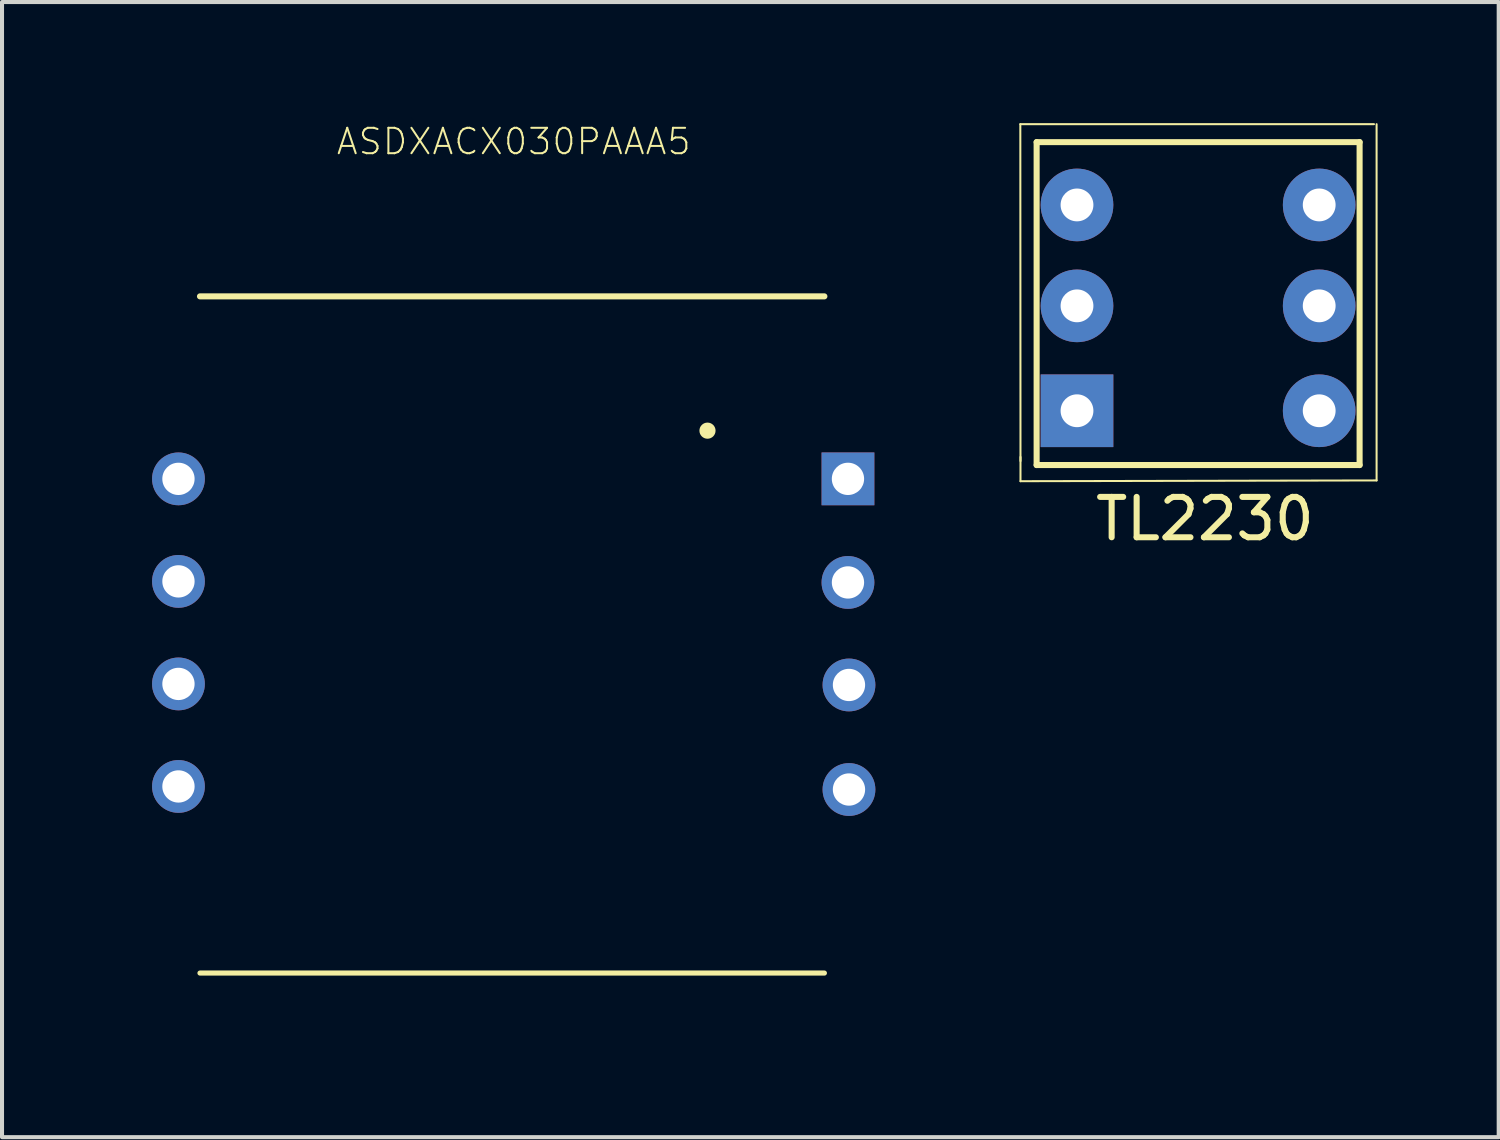
<source format=kicad_pcb>
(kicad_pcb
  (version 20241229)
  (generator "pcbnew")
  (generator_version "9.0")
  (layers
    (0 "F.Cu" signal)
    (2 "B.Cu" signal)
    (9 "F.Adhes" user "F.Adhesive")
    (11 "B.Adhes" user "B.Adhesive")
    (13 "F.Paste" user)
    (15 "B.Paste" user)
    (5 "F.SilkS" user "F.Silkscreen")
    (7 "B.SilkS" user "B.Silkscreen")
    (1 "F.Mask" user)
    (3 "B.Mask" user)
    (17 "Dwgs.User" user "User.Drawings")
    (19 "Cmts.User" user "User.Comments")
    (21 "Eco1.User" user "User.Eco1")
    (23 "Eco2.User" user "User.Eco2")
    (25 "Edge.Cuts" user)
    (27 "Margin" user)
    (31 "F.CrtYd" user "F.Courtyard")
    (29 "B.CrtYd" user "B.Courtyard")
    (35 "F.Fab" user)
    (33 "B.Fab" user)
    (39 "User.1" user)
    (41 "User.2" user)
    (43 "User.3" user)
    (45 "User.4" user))
  (footprint "ASDXACX030PAAA5"
    (layer "F.Cu")
    (at 9.702 12.293)
    (property "Reference" "ASDXACX030PAAA5" (at -0.025 -11.836 0) (layer "F.SilkS") (effects (font (size 0.63 0.63) (thickness 0.05))))
    (attr through_hole)
    (fp_line (start -7.798 -8.001) (end 7.671 -8.001) (stroke (width 0.15) (type solid)) (layer "F.SilkS"))
    (fp_line (start 7.671 8.763) (end -7.798 8.763) (stroke (width 0.127) (type solid)) (layer "F.SilkS"))
    (fp_circle (center 4.775 -4.674) (end 4.875 -4.674) (stroke (width 0.2) (type solid)) (fill no) (layer "F.SilkS"))
    (fp_line (start -9.677 -9.068) (end -9.677 9.804) (stroke (width 0.05) (type solid)) (layer "Eco1.User"))
    (fp_line (start -9.652 9.804) (end 9.449 9.804) (stroke (width 0.05) (type solid)) (layer "Eco1.User"))
    (fp_line (start 9.449 -9.068) (end -9.677 -9.068) (stroke (width 0.05) (type solid)) (layer "Eco1.User"))
    (fp_line (start 9.474 9.804) (end 9.474 -9.068) (stroke (width 0.05) (type solid)) (layer "Eco1.User"))
    (fp_line (start -7.798 8.763) (end -7.798 -8.001) (stroke (width 0.127) (type solid)) (layer "Eco2.User"))
    (fp_line (start 7.671 -8.001) (end 7.671 8.712) (stroke (width 0.127) (type solid)) (layer "Eco2.User"))
    (fp_circle (center 6.121 -4.166) (end 6.507 -4.166) (stroke (width 0.127) (type solid)) (fill no) (layer "Eco2.User"))
    (pad "1" thru_hole rect (at 8.255 -3.48) (size 1.308 1.308) (drill 0.8) (layers "*.Cu" "*.Mask"))
    (pad "2" thru_hole circle (at 8.255 -0.914) (size 1.308 1.308) (drill 0.8) (layers "*.Cu" "*.Mask"))
    (pad "3" thru_hole circle (at 8.28 1.626) (size 1.308 1.308) (drill 0.8) (layers "*.Cu" "*.Mask"))
    (pad "4" thru_hole circle (at 8.28 4.216) (size 1.308 1.308) (drill 0.8) (layers "*.Cu" "*.Mask"))
    (pad "5" thru_hole oval (at -8.331 -3.48) (size 1.308 1.308) (drill 0.8) (layers "*.Cu" "*.Mask"))
    (pad "6" thru_hole circle (at -8.331 -0.94) (size 1.308 1.308) (drill 0.8) (layers "*.Cu" "*.Mask"))
    (pad "7" thru_hole circle (at -8.331 1.6) (size 1.308 1.308) (drill 0.8) (layers "*.Cu" "*.Mask"))
    (pad "8" thru_hole circle (at -8.331 4.14) (size 1.308 1.308) (drill 0.8) (layers "*.Cu" "*.Mask")))
  (footprint "TL2230"
    (layer "F.Cu")
    (at 26.608 4.534)
    (property "Reference" "TL2230" (at 0.191 5.271 0) (layer "F.SilkS") (effects (font (size 1 1) (thickness 0.15))))
    (attr through_hole)
    (fp_line (start -4.381 -4.508) (end -4.377 3.837) (stroke (width 0.05) (type solid)) (layer "F.SilkS"))
    (fp_line (start -4.377 3.737) (end -4.377 4.337) (stroke (width 0.05) (type solid)) (layer "F.SilkS"))
    (fp_line (start -4.377 4.337) (end 4.445 4.318) (stroke (width 0.05) (type solid)) (layer "F.SilkS"))
    (fp_line (start -3.977 3.937) (end -3.977 -4.063) (stroke (width 0.15) (type solid)) (layer "F.SilkS"))
    (fp_line (start -3.977 3.937) (end 4.024 3.937) (stroke (width 0.15) (type solid)) (layer "F.SilkS"))
    (fp_line (start 4.024 -4.063) (end -3.977 -4.063) (stroke (width 0.15) (type solid)) (layer "F.SilkS"))
    (fp_line (start 4.024 3.937) (end 4.024 -4.063) (stroke (width 0.15) (type solid)) (layer "F.SilkS"))
    (fp_line (start 4.381 -4.508) (end -4.381 -4.508) (stroke (width 0.05) (type solid)) (layer "F.SilkS"))
    (fp_line (start 4.445 4.318) (end 4.445 -4.508) (stroke (width 0.05) (type solid)) (layer "F.SilkS"))
    (pad "1" thru_hole rect (at -2.977 2.592) (size 1.8 1.8) (drill 0.813) (layers "*.Cu" "*.Mask"))
    (pad "2" thru_hole circle (at -2.977 -0.007 90) (size 1.8 1.8) (drill 0.813) (layers "*.Cu" "*.Mask"))
    (pad "3" thru_hole circle (at -2.977 -2.507 90) (size 1.8 1.8) (drill 0.813) (layers "*.Cu" "*.Mask"))
    (pad "4" thru_hole circle (at 3.023 2.592) (size 1.8 1.8) (drill 0.813) (layers "*.Cu" "*.Mask"))
    (pad "5" thru_hole circle (at 3.023 -0.007 90) (size 1.8 1.8) (drill 0.813) (layers "*.Cu" "*.Mask"))
    (pad "6" thru_hole circle (at 3.023 -2.507 90) (size 1.8 1.8) (drill 0.813) (layers "*.Cu" "*.Mask")))
  (gr_rect
    (start -3 -3)
    (end 34.078 25.122)
    (stroke (width 0.1) (type default))
    (fill no)
    (layer "Edge.Cuts")))
</source>
